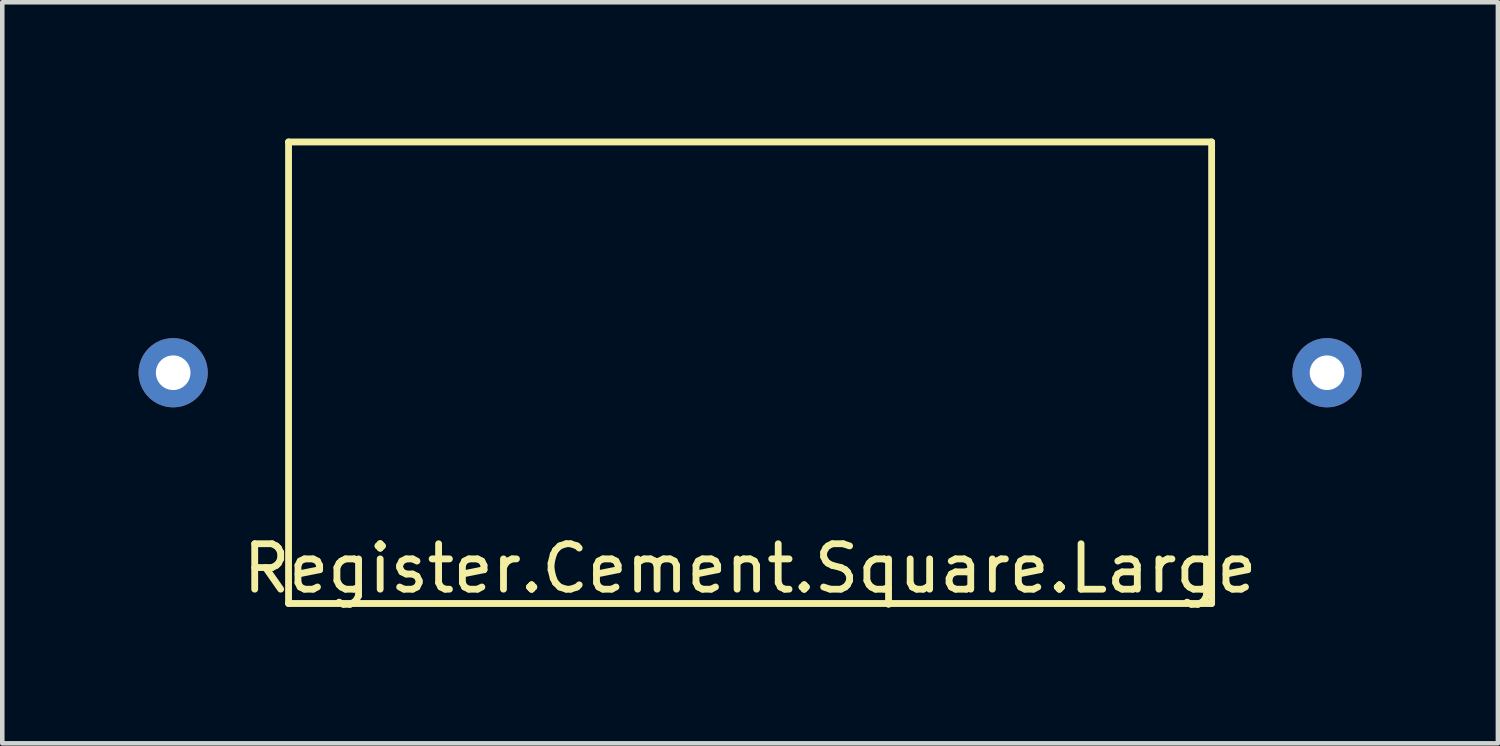
<source format=kicad_pcb>
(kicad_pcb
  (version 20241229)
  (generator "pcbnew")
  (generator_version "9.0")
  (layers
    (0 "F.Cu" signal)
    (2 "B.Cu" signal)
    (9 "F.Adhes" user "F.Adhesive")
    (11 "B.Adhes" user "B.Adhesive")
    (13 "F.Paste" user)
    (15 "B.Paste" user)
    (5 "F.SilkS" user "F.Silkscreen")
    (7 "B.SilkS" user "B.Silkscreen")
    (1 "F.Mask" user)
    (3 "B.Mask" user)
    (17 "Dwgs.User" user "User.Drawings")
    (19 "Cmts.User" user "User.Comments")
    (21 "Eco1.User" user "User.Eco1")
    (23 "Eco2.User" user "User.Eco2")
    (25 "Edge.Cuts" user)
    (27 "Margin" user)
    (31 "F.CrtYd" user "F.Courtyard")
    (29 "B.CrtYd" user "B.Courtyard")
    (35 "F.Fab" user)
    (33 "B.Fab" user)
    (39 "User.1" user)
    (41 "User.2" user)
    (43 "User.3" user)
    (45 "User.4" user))
  (footprint "Register.Cement.Square.Large"
    (layer "F.Cu")
    (at 13.462 5.155)
    (property "Reference" "Register.Cement.Square.Large" (at 0 4.31 0) (layer "F.SilkS") (effects (font (size 1 1) (thickness 0.15))))
    (attr through_hole)
    (fp_line (start -10.16 5.08) (end -10.16 -5.08) (stroke (width 0.15) (type solid)) (layer "F.SilkS"))
    (fp_line (start -10.16 5.08) (end 10.16 5.08) (stroke (width 0.15) (type solid)) (layer "F.SilkS"))
    (fp_line (start 10.16 -5.08) (end -10.16 -5.08) (stroke (width 0.15) (type solid)) (layer "F.SilkS"))
    (fp_line (start 10.16 -5.08) (end 10.16 5.08) (stroke (width 0.15) (type solid)) (layer "F.SilkS"))
    (pad "1" thru_hole circle (at -12.7 0) (size 1.524 1.524) (drill 0.762) (layers "*.Cu" "*.Mask"))
    (pad "2" thru_hole circle (at 12.7 0) (size 1.524 1.524) (drill 0.762) (layers "*.Cu" "*.Mask")))
  (gr_rect
    (start -3 -3)
    (end 29.924 13.313)
    (stroke (width 0.1) (type default))
    (fill no)
    (layer "Edge.Cuts")))
</source>
